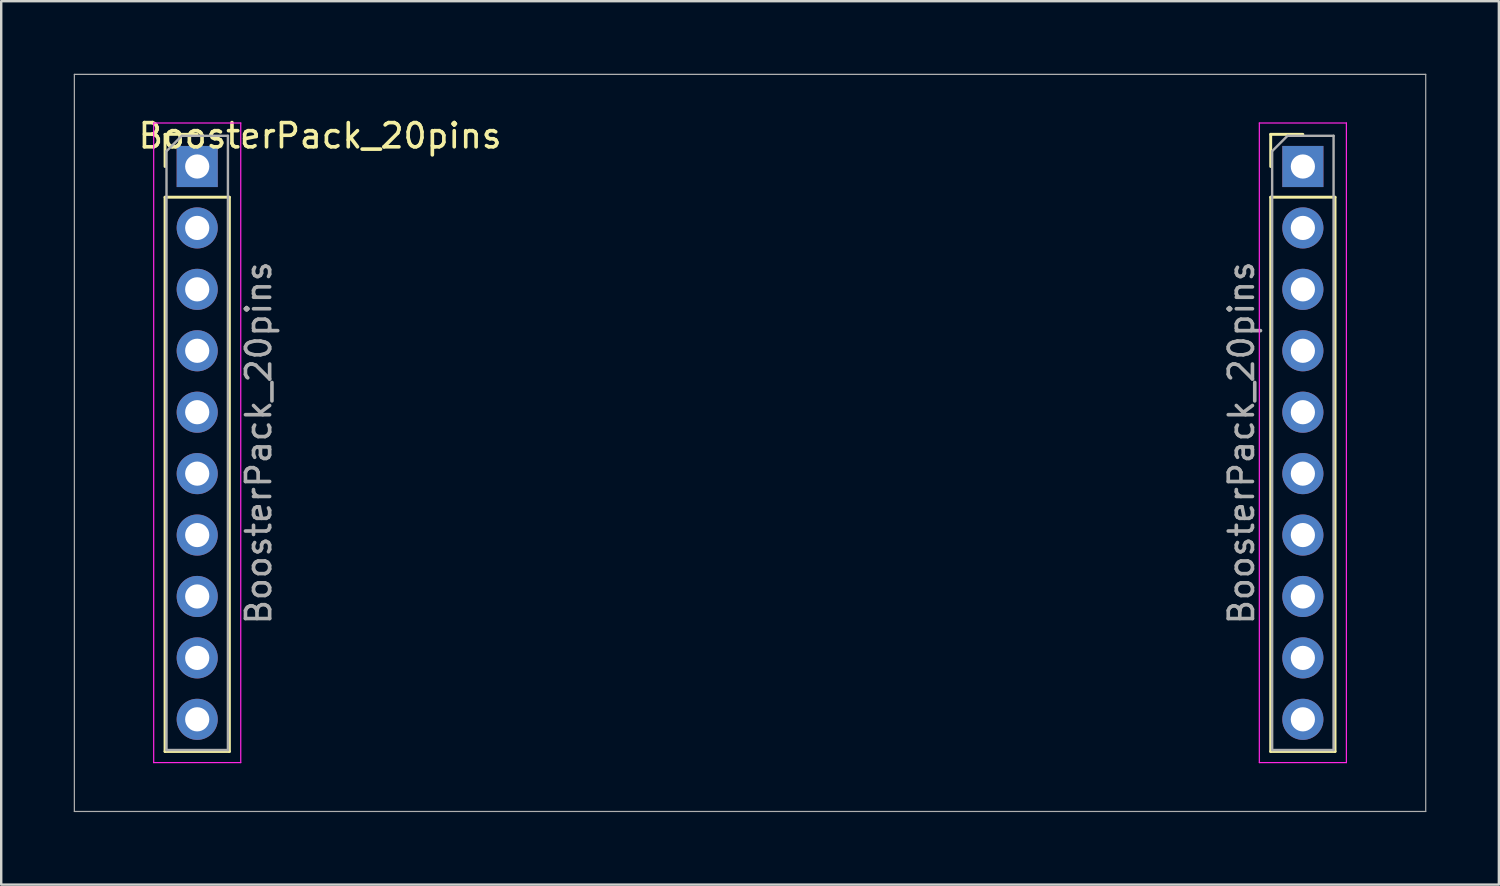
<source format=kicad_pcb>
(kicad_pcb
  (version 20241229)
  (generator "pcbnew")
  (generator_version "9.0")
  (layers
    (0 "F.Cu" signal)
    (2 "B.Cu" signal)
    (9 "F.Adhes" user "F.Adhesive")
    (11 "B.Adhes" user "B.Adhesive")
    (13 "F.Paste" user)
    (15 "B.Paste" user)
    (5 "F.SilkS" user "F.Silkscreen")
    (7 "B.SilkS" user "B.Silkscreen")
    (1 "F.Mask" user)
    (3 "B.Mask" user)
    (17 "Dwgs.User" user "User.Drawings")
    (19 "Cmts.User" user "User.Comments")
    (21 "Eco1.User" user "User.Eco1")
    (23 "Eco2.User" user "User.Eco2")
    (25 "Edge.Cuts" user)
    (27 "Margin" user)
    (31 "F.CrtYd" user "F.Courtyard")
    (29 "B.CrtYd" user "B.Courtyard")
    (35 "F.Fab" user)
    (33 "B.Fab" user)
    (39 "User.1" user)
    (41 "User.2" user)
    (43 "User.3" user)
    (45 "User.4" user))
  (footprint "BoosterPack_20pins"
    (layer "F.Cu")
    (at 27.965 15.265)
    (property "Reference" "BoosterPack_20pins" (at -17.78 -12.7 0) (layer "F.SilkS") (effects (font (size 1 1) (thickness 0.15))))
    (attr through_hole)
    (fp_line (start -24.19 -12.76) (end -22.86 -12.76) (stroke (width 0.12) (type solid)) (layer "F.SilkS"))
    (fp_line (start -24.19 -11.43) (end -24.19 -12.76) (stroke (width 0.12) (type solid)) (layer "F.SilkS"))
    (fp_line (start -24.19 -10.16) (end -24.19 12.76) (stroke (width 0.12) (type solid)) (layer "F.SilkS"))
    (fp_line (start -24.19 -10.16) (end -21.53 -10.16) (stroke (width 0.12) (type solid)) (layer "F.SilkS"))
    (fp_line (start -24.19 12.76) (end -21.53 12.76) (stroke (width 0.12) (type solid)) (layer "F.SilkS"))
    (fp_line (start -21.53 -10.16) (end -21.53 12.76) (stroke (width 0.12) (type solid)) (layer "F.SilkS"))
    (fp_line (start 21.53 -12.76) (end 22.86 -12.76) (stroke (width 0.12) (type solid)) (layer "F.SilkS"))
    (fp_line (start 21.53 -11.43) (end 21.53 -12.76) (stroke (width 0.12) (type solid)) (layer "F.SilkS"))
    (fp_line (start 21.53 -10.16) (end 21.53 12.76) (stroke (width 0.12) (type solid)) (layer "F.SilkS"))
    (fp_line (start 21.53 -10.16) (end 24.19 -10.16) (stroke (width 0.12) (type solid)) (layer "F.SilkS"))
    (fp_line (start 21.53 12.76) (end 24.19 12.76) (stroke (width 0.12) (type solid)) (layer "F.SilkS"))
    (fp_line (start 24.19 -10.16) (end 24.19 12.76) (stroke (width 0.12) (type solid)) (layer "F.SilkS"))
    (fp_line (start -24.66 -13.23) (end -24.66 13.22) (stroke (width 0.05) (type solid)) (layer "F.CrtYd"))
    (fp_line (start -24.66 13.22) (end -21.06 13.22) (stroke (width 0.05) (type solid)) (layer "F.CrtYd"))
    (fp_line (start -21.06 -13.23) (end -24.66 -13.23) (stroke (width 0.05) (type solid)) (layer "F.CrtYd"))
    (fp_line (start -21.06 13.22) (end -21.06 -13.23) (stroke (width 0.05) (type solid)) (layer "F.CrtYd"))
    (fp_line (start 21.06 -13.23) (end 21.06 13.22) (stroke (width 0.05) (type solid)) (layer "F.CrtYd"))
    (fp_line (start 21.06 13.22) (end 24.66 13.22) (stroke (width 0.05) (type solid)) (layer "F.CrtYd"))
    (fp_line (start 24.66 -13.23) (end 21.06 -13.23) (stroke (width 0.05) (type solid)) (layer "F.CrtYd"))
    (fp_line (start 24.66 13.22) (end 24.66 -13.23) (stroke (width 0.05) (type solid)) (layer "F.CrtYd"))
    (fp_line (start -27.94 -15.24) (end 27.94 -15.24) (stroke (width 0.05) (type solid)) (layer "F.Fab"))
    (fp_line (start -27.94 15.24) (end -27.94 -15.24) (stroke (width 0.05) (type solid)) (layer "F.Fab"))
    (fp_line (start -24.13 -12.065) (end -23.495 -12.7) (stroke (width 0.1) (type solid)) (layer "F.Fab"))
    (fp_line (start -24.13 12.7) (end -24.13 -12.065) (stroke (width 0.1) (type solid)) (layer "F.Fab"))
    (fp_line (start -23.495 -12.7) (end -21.59 -12.7) (stroke (width 0.1) (type solid)) (layer "F.Fab"))
    (fp_line (start -21.59 -12.7) (end -21.59 12.7) (stroke (width 0.1) (type solid)) (layer "F.Fab"))
    (fp_line (start -21.59 12.7) (end -24.13 12.7) (stroke (width 0.1) (type solid)) (layer "F.Fab"))
    (fp_line (start 21.59 -12.065) (end 22.225 -12.7) (stroke (width 0.1) (type solid)) (layer "F.Fab"))
    (fp_line (start 21.59 12.7) (end 21.59 -12.065) (stroke (width 0.1) (type solid)) (layer "F.Fab"))
    (fp_line (start 22.225 -12.7) (end 24.13 -12.7) (stroke (width 0.1) (type solid)) (layer "F.Fab"))
    (fp_line (start 24.13 -12.7) (end 24.13 12.7) (stroke (width 0.1) (type solid)) (layer "F.Fab"))
    (fp_line (start 24.13 12.7) (end 21.59 12.7) (stroke (width 0.1) (type solid)) (layer "F.Fab"))
    (fp_line (start 27.94 -15.24) (end 27.94 15.24) (stroke (width 0.05) (type solid)) (layer "F.Fab"))
    (fp_line (start 27.94 15.24) (end -27.94 15.24) (stroke (width 0.05) (type solid)) (layer "F.Fab"))
    (fp_text user "${REFERENCE}" (at 20.32 0 90) (layer "F.Fab") (effects (font (size 1 1) (thickness 0.15))))
    (fp_text user "${REFERENCE}" (at -20.32 0 90) (layer "F.Fab") (effects (font (size 1 1) (thickness 0.15))))
    (pad "1" thru_hole rect (at -22.86 -11.43) (size 1.7 1.7) (drill 1) (layers "*.Cu" "*.Mask"))
    (pad "2" thru_hole oval (at -22.86 -8.89) (size 1.7 1.7) (drill 1) (layers "*.Cu" "*.Mask"))
    (pad "3" thru_hole oval (at -22.86 -6.35) (size 1.7 1.7) (drill 1) (layers "*.Cu" "*.Mask"))
    (pad "4" thru_hole oval (at -22.86 -3.81) (size 1.7 1.7) (drill 1) (layers "*.Cu" "*.Mask"))
    (pad "5" thru_hole oval (at -22.86 -1.27) (size 1.7 1.7) (drill 1) (layers "*.Cu" "*.Mask"))
    (pad "6" thru_hole oval (at -22.86 1.27) (size 1.7 1.7) (drill 1) (layers "*.Cu" "*.Mask"))
    (pad "7" thru_hole oval (at -22.86 3.81) (size 1.7 1.7) (drill 1) (layers "*.Cu" "*.Mask"))
    (pad "8" thru_hole oval (at -22.86 6.35) (size 1.7 1.7) (drill 1) (layers "*.Cu" "*.Mask"))
    (pad "9" thru_hole oval (at -22.86 8.89) (size 1.7 1.7) (drill 1) (layers "*.Cu" "*.Mask"))
    (pad "10" thru_hole oval (at -22.86 11.43) (size 1.7 1.7) (drill 1) (layers "*.Cu" "*.Mask"))
    (pad "11" thru_hole oval (at 22.86 11.43) (size 1.7 1.7) (drill 1) (layers "*.Cu" "*.Mask"))
    (pad "12" thru_hole oval (at 22.86 8.89) (size 1.7 1.7) (drill 1) (layers "*.Cu" "*.Mask"))
    (pad "13" thru_hole oval (at 22.86 6.35) (size 1.7 1.7) (drill 1) (layers "*.Cu" "*.Mask"))
    (pad "14" thru_hole oval (at 22.86 3.81) (size 1.7 1.7) (drill 1) (layers "*.Cu" "*.Mask"))
    (pad "15" thru_hole oval (at 22.86 1.27) (size 1.7 1.7) (drill 1) (layers "*.Cu" "*.Mask"))
    (pad "16" thru_hole oval (at 22.86 -1.27) (size 1.7 1.7) (drill 1) (layers "*.Cu" "*.Mask"))
    (pad "17" thru_hole oval (at 22.86 -3.81) (size 1.7 1.7) (drill 1) (layers "*.Cu" "*.Mask"))
    (pad "18" thru_hole oval (at 22.86 -6.35) (size 1.7 1.7) (drill 1) (layers "*.Cu" "*.Mask"))
    (pad "19" thru_hole oval (at 22.86 -8.89) (size 1.7 1.7) (drill 1) (layers "*.Cu" "*.Mask"))
    (pad "20" thru_hole rect (at 22.86 -11.43) (size 1.7 1.7) (drill 1) (layers "*.Cu" "*.Mask")))
  (gr_rect
    (start -3 -3)
    (end 58.93 33.53)
    (stroke (width 0.1) (type default))
    (fill no)
    (layer "Edge.Cuts")))
</source>
